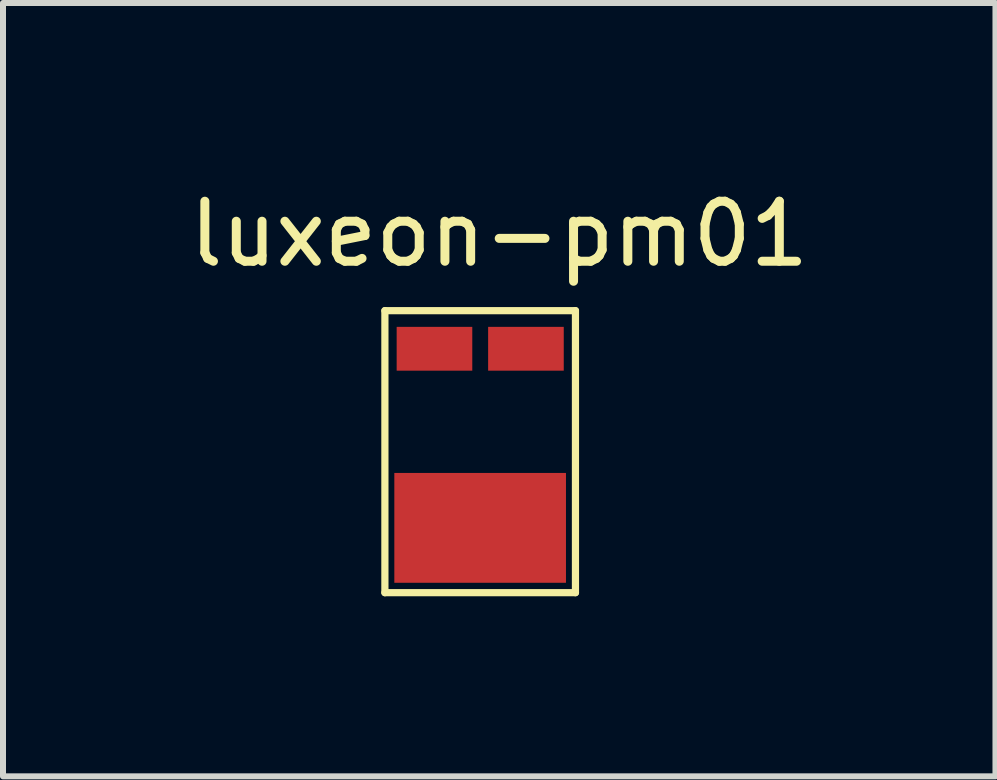
<source format=kicad_pcb>
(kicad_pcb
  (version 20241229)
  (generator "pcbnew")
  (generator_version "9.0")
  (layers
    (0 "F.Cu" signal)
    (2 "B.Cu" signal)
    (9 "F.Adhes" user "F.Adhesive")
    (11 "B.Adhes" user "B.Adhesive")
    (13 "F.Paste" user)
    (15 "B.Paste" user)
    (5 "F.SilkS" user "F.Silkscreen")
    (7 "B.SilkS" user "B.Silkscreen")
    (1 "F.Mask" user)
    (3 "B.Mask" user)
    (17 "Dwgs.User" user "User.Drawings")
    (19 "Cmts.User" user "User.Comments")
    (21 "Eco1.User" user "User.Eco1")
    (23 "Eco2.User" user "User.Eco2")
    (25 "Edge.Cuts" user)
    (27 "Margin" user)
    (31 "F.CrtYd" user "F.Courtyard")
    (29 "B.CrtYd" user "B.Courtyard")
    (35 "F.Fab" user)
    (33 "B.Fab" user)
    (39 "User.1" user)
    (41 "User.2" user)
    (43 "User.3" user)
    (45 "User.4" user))
  (footprint "luxeon-pm01"
    (layer "F.Cu")
    (at 5.268 0.348)
    (property "Reference" "luxeon-pm01" (at 0 0.5 0) (layer "F.SilkS") (effects (font (size 1 1) (thickness 0.15))))
    (attr smd)
    (fp_line (start -1.905 1.778) (end 1.27 1.778) (stroke (width 0.12) (type solid)) (layer "F.SilkS"))
    (fp_line (start -1.905 6.477) (end -1.905 1.778) (stroke (width 0.12) (type solid)) (layer "F.SilkS"))
    (fp_line (start 1.27 1.778) (end 1.27 6.477) (stroke (width 0.12) (type solid)) (layer "F.SilkS"))
    (fp_line (start 1.27 6.477) (end -1.905 6.477) (stroke (width 0.12) (type solid)) (layer "F.SilkS"))
    (pad "1" smd rect (at -1.079 2.413 90) (size 0.73 1.26) (layers "F.Cu" "F.Mask" "F.Paste"))
    (pad "2" smd rect (at 0.445 2.413 90) (size 0.73 1.26) (layers "F.Cu" "F.Mask" "F.Paste"))
    (pad "3" smd rect (at -0.318 5.397 90) (size 1.83 2.86) (layers "F.Cu" "F.Mask" "F.Paste")))
  (gr_rect
    (start -3 -3)
    (end 13.536 9.885)
    (stroke (width 0.1) (type default))
    (fill no)
    (layer "Edge.Cuts")))
</source>
